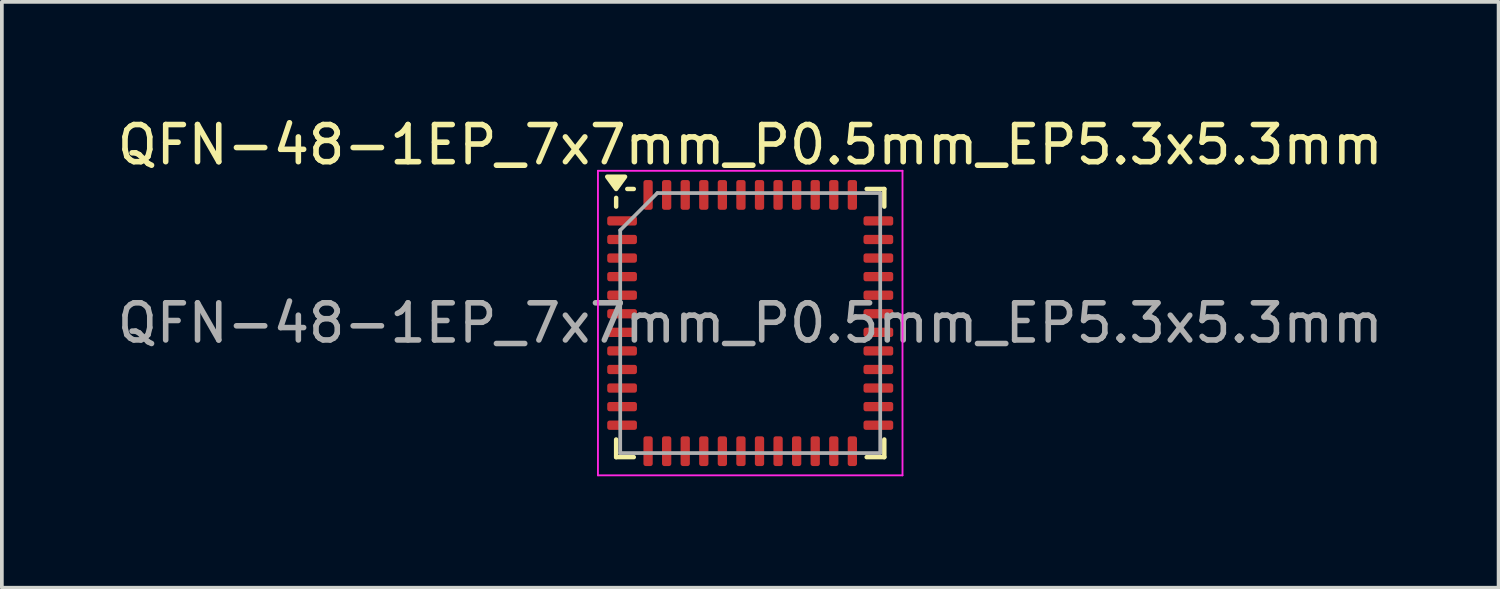
<source format=kicad_pcb>
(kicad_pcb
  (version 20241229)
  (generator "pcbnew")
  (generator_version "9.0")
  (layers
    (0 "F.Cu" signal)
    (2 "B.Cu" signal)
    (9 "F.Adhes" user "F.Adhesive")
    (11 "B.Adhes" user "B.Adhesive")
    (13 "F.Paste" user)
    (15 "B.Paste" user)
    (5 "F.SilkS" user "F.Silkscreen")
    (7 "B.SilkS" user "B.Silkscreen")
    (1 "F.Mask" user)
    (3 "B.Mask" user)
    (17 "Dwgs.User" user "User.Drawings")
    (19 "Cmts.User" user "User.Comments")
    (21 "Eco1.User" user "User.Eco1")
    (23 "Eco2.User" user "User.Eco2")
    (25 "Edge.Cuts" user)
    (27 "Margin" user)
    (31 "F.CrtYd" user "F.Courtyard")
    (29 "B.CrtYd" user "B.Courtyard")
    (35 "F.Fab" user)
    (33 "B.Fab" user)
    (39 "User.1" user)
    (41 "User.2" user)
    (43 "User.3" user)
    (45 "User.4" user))
  (footprint "QFN-48-1EP_7x7mm_P0.5mm_EP5.3x5.3mm"
    (layer "F.Cu")
    (at 17.149 5.648)
    (property "Reference" "QFN-48-1EP_7x7mm_P0.5mm_EP5.3x5.3mm" (at 0 -4.8 0) (layer "F.SilkS") (effects (font (size 1 1) (thickness 0.15))))
    (attr smd)
    (fp_line (start -3.61 -3.135) (end -3.61 -3.37) (stroke (width 0.12) (type solid)) (layer "F.SilkS"))
    (fp_line (start -3.61 3.61) (end -3.61 3.135) (stroke (width 0.12) (type solid)) (layer "F.SilkS"))
    (fp_line (start -3.135 -3.61) (end -3.31 -3.61) (stroke (width 0.12) (type solid)) (layer "F.SilkS"))
    (fp_line (start -3.135 3.61) (end -3.61 3.61) (stroke (width 0.12) (type solid)) (layer "F.SilkS"))
    (fp_line (start 3.135 -3.61) (end 3.61 -3.61) (stroke (width 0.12) (type solid)) (layer "F.SilkS"))
    (fp_line (start 3.135 3.61) (end 3.61 3.61) (stroke (width 0.12) (type solid)) (layer "F.SilkS"))
    (fp_line (start 3.61 -3.61) (end 3.61 -3.135) (stroke (width 0.12) (type solid)) (layer "F.SilkS"))
    (fp_line (start 3.61 3.61) (end 3.61 3.135) (stroke (width 0.12) (type solid)) (layer "F.SilkS"))
    (fp_poly (pts (xy -3.61 -3.61) (xy -3.85 -3.94) (xy -3.37 -3.94) (xy -3.61 -3.61)) (stroke (width 0.12) (type solid)) (fill yes) (layer "F.SilkS"))
    (fp_line (start -4.1 -4.1) (end -4.1 4.1) (stroke (width 0.05) (type solid)) (layer "F.CrtYd"))
    (fp_line (start -4.1 4.1) (end 4.1 4.1) (stroke (width 0.05) (type solid)) (layer "F.CrtYd"))
    (fp_line (start 4.1 -4.1) (end -4.1 -4.1) (stroke (width 0.05) (type solid)) (layer "F.CrtYd"))
    (fp_line (start 4.1 4.1) (end 4.1 -4.1) (stroke (width 0.05) (type solid)) (layer "F.CrtYd"))
    (fp_line (start -3.5 -2.5) (end -2.5 -3.5) (stroke (width 0.1) (type solid)) (layer "F.Fab"))
    (fp_line (start -3.5 3.5) (end -3.5 -2.5) (stroke (width 0.1) (type solid)) (layer "F.Fab"))
    (fp_line (start -2.5 -3.5) (end 3.5 -3.5) (stroke (width 0.1) (type solid)) (layer "F.Fab"))
    (fp_line (start 3.5 -3.5) (end 3.5 3.5) (stroke (width 0.1) (type solid)) (layer "F.Fab"))
    (fp_line (start 3.5 3.5) (end -3.5 3.5) (stroke (width 0.1) (type solid)) (layer "F.Fab"))
    (fp_text user "${REFERENCE}" (at 0 0 0) (layer "F.Fab") (effects (font (size 1 1) (thickness 0.15))))
    (pad "1" smd roundrect (at -3.45 -2.75) (size 0.8 0.25) (layers "F.Cu" "F.Mask" "F.Paste") (roundrect_rratio 0.25))
    (pad "2" smd roundrect (at -3.45 -2.25) (size 0.8 0.25) (layers "F.Cu" "F.Mask" "F.Paste") (roundrect_rratio 0.25))
    (pad "3" smd roundrect (at -3.45 -1.75) (size 0.8 0.25) (layers "F.Cu" "F.Mask" "F.Paste") (roundrect_rratio 0.25))
    (pad "4" smd roundrect (at -3.45 -1.25) (size 0.8 0.25) (layers "F.Cu" "F.Mask" "F.Paste") (roundrect_rratio 0.25))
    (pad "5" smd roundrect (at -3.45 -0.75) (size 0.8 0.25) (layers "F.Cu" "F.Mask" "F.Paste") (roundrect_rratio 0.25))
    (pad "6" smd roundrect (at -3.45 -0.25) (size 0.8 0.25) (layers "F.Cu" "F.Mask" "F.Paste") (roundrect_rratio 0.25))
    (pad "7" smd roundrect (at -3.45 0.25) (size 0.8 0.25) (layers "F.Cu" "F.Mask" "F.Paste") (roundrect_rratio 0.25))
    (pad "8" smd roundrect (at -3.45 0.75) (size 0.8 0.25) (layers "F.Cu" "F.Mask" "F.Paste") (roundrect_rratio 0.25))
    (pad "9" smd roundrect (at -3.45 1.25) (size 0.8 0.25) (layers "F.Cu" "F.Mask" "F.Paste") (roundrect_rratio 0.25))
    (pad "10" smd roundrect (at -3.45 1.75) (size 0.8 0.25) (layers "F.Cu" "F.Mask" "F.Paste") (roundrect_rratio 0.25))
    (pad "11" smd roundrect (at -3.45 2.25) (size 0.8 0.25) (layers "F.Cu" "F.Mask" "F.Paste") (roundrect_rratio 0.25))
    (pad "12" smd roundrect (at -3.45 2.75) (size 0.8 0.25) (layers "F.Cu" "F.Mask" "F.Paste") (roundrect_rratio 0.25))
    (pad "13" smd roundrect (at -2.75 3.45) (size 0.25 0.8) (layers "F.Cu" "F.Mask" "F.Paste") (roundrect_rratio 0.25))
    (pad "14" smd roundrect (at -2.25 3.45) (size 0.25 0.8) (layers "F.Cu" "F.Mask" "F.Paste") (roundrect_rratio 0.25))
    (pad "15" smd roundrect (at -1.75 3.45) (size 0.25 0.8) (layers "F.Cu" "F.Mask" "F.Paste") (roundrect_rratio 0.25))
    (pad "16" smd roundrect (at -1.25 3.45) (size 0.25 0.8) (layers "F.Cu" "F.Mask" "F.Paste") (roundrect_rratio 0.25))
    (pad "17" smd roundrect (at -0.75 3.45) (size 0.25 0.8) (layers "F.Cu" "F.Mask" "F.Paste") (roundrect_rratio 0.25))
    (pad "18" smd roundrect (at -0.25 3.45) (size 0.25 0.8) (layers "F.Cu" "F.Mask" "F.Paste") (roundrect_rratio 0.25))
    (pad "19" smd roundrect (at 0.25 3.45) (size 0.25 0.8) (layers "F.Cu" "F.Mask" "F.Paste") (roundrect_rratio 0.25))
    (pad "20" smd roundrect (at 0.75 3.45) (size 0.25 0.8) (layers "F.Cu" "F.Mask" "F.Paste") (roundrect_rratio 0.25))
    (pad "21" smd roundrect (at 1.25 3.45) (size 0.25 0.8) (layers "F.Cu" "F.Mask" "F.Paste") (roundrect_rratio 0.25))
    (pad "22" smd roundrect (at 1.75 3.45) (size 0.25 0.8) (layers "F.Cu" "F.Mask" "F.Paste") (roundrect_rratio 0.25))
    (pad "23" smd roundrect (at 2.25 3.45) (size 0.25 0.8) (layers "F.Cu" "F.Mask" "F.Paste") (roundrect_rratio 0.25))
    (pad "24" smd roundrect (at 2.75 3.45) (size 0.25 0.8) (layers "F.Cu" "F.Mask" "F.Paste") (roundrect_rratio 0.25))
    (pad "25" smd roundrect (at 3.45 2.75) (size 0.8 0.25) (layers "F.Cu" "F.Mask" "F.Paste") (roundrect_rratio 0.25))
    (pad "26" smd roundrect (at 3.45 2.25) (size 0.8 0.25) (layers "F.Cu" "F.Mask" "F.Paste") (roundrect_rratio 0.25))
    (pad "27" smd roundrect (at 3.45 1.75) (size 0.8 0.25) (layers "F.Cu" "F.Mask" "F.Paste") (roundrect_rratio 0.25))
    (pad "28" smd roundrect (at 3.45 1.25) (size 0.8 0.25) (layers "F.Cu" "F.Mask" "F.Paste") (roundrect_rratio 0.25))
    (pad "29" smd roundrect (at 3.45 0.75) (size 0.8 0.25) (layers "F.Cu" "F.Mask" "F.Paste") (roundrect_rratio 0.25))
    (pad "30" smd roundrect (at 3.45 0.25) (size 0.8 0.25) (layers "F.Cu" "F.Mask" "F.Paste") (roundrect_rratio 0.25))
    (pad "31" smd roundrect (at 3.45 -0.25) (size 0.8 0.25) (layers "F.Cu" "F.Mask" "F.Paste") (roundrect_rratio 0.25))
    (pad "32" smd roundrect (at 3.45 -0.75) (size 0.8 0.25) (layers "F.Cu" "F.Mask" "F.Paste") (roundrect_rratio 0.25))
    (pad "33" smd roundrect (at 3.45 -1.25) (size 0.8 0.25) (layers "F.Cu" "F.Mask" "F.Paste") (roundrect_rratio 0.25))
    (pad "34" smd roundrect (at 3.45 -1.75) (size 0.8 0.25) (layers "F.Cu" "F.Mask" "F.Paste") (roundrect_rratio 0.25))
    (pad "35" smd roundrect (at 3.45 -2.25) (size 0.8 0.25) (layers "F.Cu" "F.Mask" "F.Paste") (roundrect_rratio 0.25))
    (pad "36" smd roundrect (at 3.45 -2.75) (size 0.8 0.25) (layers "F.Cu" "F.Mask" "F.Paste") (roundrect_rratio 0.25))
    (pad "37" smd roundrect (at 2.75 -3.45) (size 0.25 0.8) (layers "F.Cu" "F.Mask" "F.Paste") (roundrect_rratio 0.25))
    (pad "38" smd roundrect (at 2.25 -3.45) (size 0.25 0.8) (layers "F.Cu" "F.Mask" "F.Paste") (roundrect_rratio 0.25))
    (pad "39" smd roundrect (at 1.75 -3.45) (size 0.25 0.8) (layers "F.Cu" "F.Mask" "F.Paste") (roundrect_rratio 0.25))
    (pad "40" smd roundrect (at 1.25 -3.45) (size 0.25 0.8) (layers "F.Cu" "F.Mask" "F.Paste") (roundrect_rratio 0.25))
    (pad "41" smd roundrect (at 0.75 -3.45) (size 0.25 0.8) (layers "F.Cu" "F.Mask" "F.Paste") (roundrect_rratio 0.25))
    (pad "42" smd roundrect (at 0.25 -3.45) (size 0.25 0.8) (layers "F.Cu" "F.Mask" "F.Paste") (roundrect_rratio 0.25))
    (pad "43" smd roundrect (at -0.25 -3.45) (size 0.25 0.8) (layers "F.Cu" "F.Mask" "F.Paste") (roundrect_rratio 0.25))
    (pad "44" smd roundrect (at -0.75 -3.45) (size 0.25 0.8) (layers "F.Cu" "F.Mask" "F.Paste") (roundrect_rratio 0.25))
    (pad "45" smd roundrect (at -1.25 -3.45) (size 0.25 0.8) (layers "F.Cu" "F.Mask" "F.Paste") (roundrect_rratio 0.25))
    (pad "46" smd roundrect (at -1.75 -3.45) (size 0.25 0.8) (layers "F.Cu" "F.Mask" "F.Paste") (roundrect_rratio 0.25))
    (pad "47" smd roundrect (at -2.25 -3.45) (size 0.25 0.8) (layers "F.Cu" "F.Mask" "F.Paste") (roundrect_rratio 0.25))
    (pad "48" smd roundrect (at -2.75 -3.45) (size 0.25 0.8) (layers "F.Cu" "F.Mask" "F.Paste") (roundrect_rratio 0.25)))
  (gr_rect
    (start -3 -3)
    (end 37.298 12.773)
    (stroke (width 0.1) (type default))
    (fill no)
    (layer "Edge.Cuts")))
</source>
